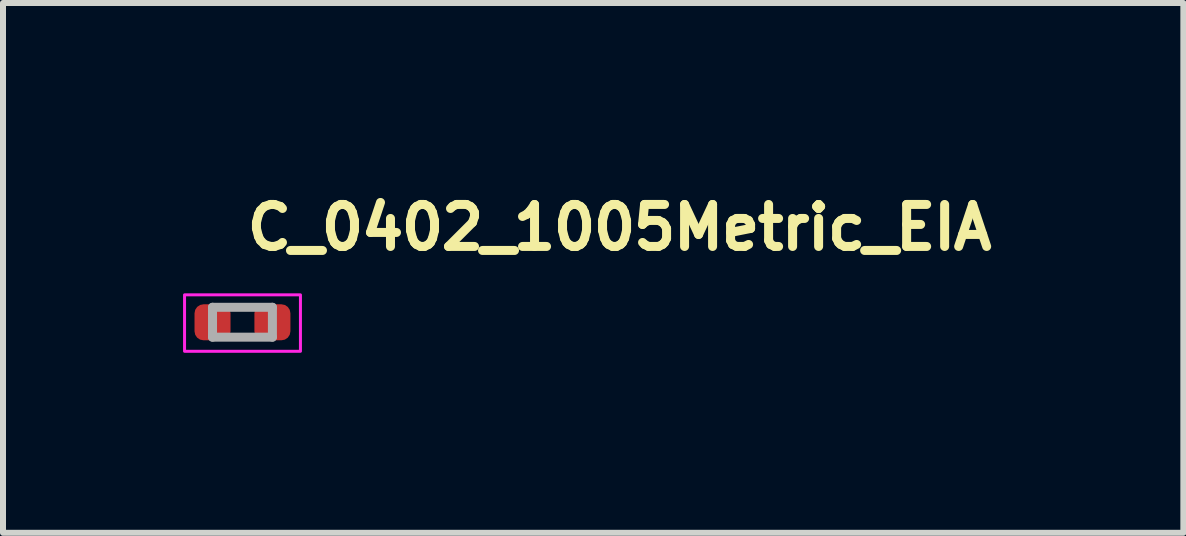
<source format=kicad_pcb>
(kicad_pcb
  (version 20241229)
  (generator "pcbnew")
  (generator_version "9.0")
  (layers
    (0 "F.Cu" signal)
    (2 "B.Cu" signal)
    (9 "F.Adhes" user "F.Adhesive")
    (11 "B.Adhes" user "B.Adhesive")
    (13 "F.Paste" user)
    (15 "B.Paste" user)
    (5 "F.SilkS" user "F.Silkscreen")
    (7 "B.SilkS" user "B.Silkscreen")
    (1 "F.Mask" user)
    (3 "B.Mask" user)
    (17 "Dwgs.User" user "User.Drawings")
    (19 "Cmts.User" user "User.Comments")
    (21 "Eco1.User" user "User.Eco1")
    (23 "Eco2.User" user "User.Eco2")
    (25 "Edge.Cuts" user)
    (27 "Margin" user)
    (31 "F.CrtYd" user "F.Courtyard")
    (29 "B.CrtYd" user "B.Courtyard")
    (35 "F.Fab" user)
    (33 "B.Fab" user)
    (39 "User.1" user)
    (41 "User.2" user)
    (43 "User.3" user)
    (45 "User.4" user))
  (footprint "C_0402_1005Metric_EIA"
    (layer "F.Cu")
    (at 0.991 2.32)
    (property "Reference" "C_0402_1005Metric_EIA" (at 0 -1.17 0) (layer "F.SilkS") (effects (font (size 0.7 0.7) (thickness 0.15)) (justify left bottom)))
    (attr smd)
    (fp_rect (start -0.966 -0.457) (end 0.965 0.483) (stroke (width 0.05) (type solid)) (fill no) (layer "F.CrtYd"))
    (fp_line (start -0.5 -0.25) (end 0.498 -0.25) (stroke (width 0.15) (type solid)) (layer "F.Fab"))
    (fp_line (start -0.5 0.248) (end -0.5 -0.25) (stroke (width 0.15) (type solid)) (layer "F.Fab"))
    (fp_line (start 0.498 -0.25) (end 0.498 0.248) (stroke (width 0.15) (type solid)) (layer "F.Fab"))
    (fp_line (start 0.498 0.248) (end -0.5 0.248) (stroke (width 0.15) (type solid)) (layer "F.Fab"))
    (fp_rect (start -0.5 -0.25) (end 0.498 0.248) (stroke (width 0.1) (type solid)) (fill no) (layer "User.5"))
    (fp_line (start -0.5 -0.245) (end -0.5 -0.244) (stroke (width 0.02) (type solid)) (layer "User.9"))
    (fp_line (start -0.5 -0.244) (end -0.5 -0.244) (stroke (width 0.02) (type solid)) (layer "User.9"))
    (fp_line (start -0.5 -0.244) (end -0.5 -0.243) (stroke (width 0.02) (type solid)) (layer "User.9"))
    (fp_line (start -0.5 -0.243) (end -0.5 -0.243) (stroke (width 0.02) (type solid)) (layer "User.9"))
    (fp_line (start -0.5 -0.243) (end -0.5 -0.243) (stroke (width 0.02) (type solid)) (layer "User.9"))
    (fp_line (start -0.5 -0.243) (end -0.5 -0.242) (stroke (width 0.02) (type solid)) (layer "User.9"))
    (fp_line (start -0.5 -0.242) (end -0.5 -0.242) (stroke (width 0.02) (type solid)) (layer "User.9"))
    (fp_line (start -0.5 -0.242) (end -0.5 -0.241) (stroke (width 0.02) (type solid)) (layer "User.9"))
    (fp_line (start -0.5 -0.241) (end -0.5 -0.24) (stroke (width 0.02) (type solid)) (layer "User.9"))
    (fp_line (start -0.5 -0.24) (end -0.5 -0.24) (stroke (width 0.02) (type solid)) (layer "User.9"))
    (fp_line (start -0.5 -0.24) (end -0.5 -0.24) (stroke (width 0.02) (type solid)) (layer "User.9"))
    (fp_line (start -0.5 -0.24) (end -0.5 -0.24) (stroke (width 0.02) (type solid)) (layer "User.9"))
    (fp_line (start -0.5 -0.24) (end -0.5 -0.24) (stroke (width 0.02) (type solid)) (layer "User.9"))
    (fp_line (start -0.5 -0.24) (end -0.5 -0.239) (stroke (width 0.02) (type solid)) (layer "User.9"))
    (fp_line (start -0.5 -0.239) (end -0.5 -0.239) (stroke (width 0.02) (type solid)) (layer "User.9"))
    (fp_line (start -0.5 -0.239) (end -0.5 -0.239) (stroke (width 0.02) (type solid)) (layer "User.9"))
    (fp_line (start -0.5 -0.239) (end -0.5 -0.238) (stroke (width 0.02) (type solid)) (layer "User.9"))
    (fp_line (start -0.5 -0.238) (end -0.5 -0.238) (stroke (width 0.02) (type solid)) (layer "User.9"))
    (fp_line (start -0.5 -0.238) (end -0.5 -0.237) (stroke (width 0.02) (type solid)) (layer "User.9"))
    (fp_line (start -0.5 -0.237) (end -0.499 -0.237) (stroke (width 0.02) (type solid)) (layer "User.9"))
    (fp_line (start -0.5 0.235) (end -0.5 0.236) (stroke (width 0.02) (type solid)) (layer "User.9"))
    (fp_line (start -0.5 0.236) (end -0.5 0.236) (stroke (width 0.02) (type solid)) (layer "User.9"))
    (fp_line (start -0.5 0.236) (end -0.5 0.237) (stroke (width 0.02) (type solid)) (layer "User.9"))
    (fp_line (start -0.5 0.237) (end -0.5 0.237) (stroke (width 0.02) (type solid)) (layer "User.9"))
    (fp_line (start -0.5 0.237) (end -0.5 0.237) (stroke (width 0.02) (type solid)) (layer "User.9"))
    (fp_line (start -0.5 0.237) (end -0.5 0.238) (stroke (width 0.02) (type solid)) (layer "User.9"))
    (fp_line (start -0.5 0.238) (end -0.5 0.238) (stroke (width 0.02) (type solid)) (layer "User.9"))
    (fp_line (start -0.5 0.238) (end -0.5 0.239) (stroke (width 0.02) (type solid)) (layer "User.9"))
    (fp_line (start -0.5 0.239) (end -0.5 -0.24) (stroke (width 0.02) (type solid)) (layer "User.9"))
    (fp_line (start -0.5 0.239) (end -0.5 0.239) (stroke (width 0.02) (type solid)) (layer "User.9"))
    (fp_line (start -0.5 0.239) (end -0.5 0.239) (stroke (width 0.02) (type solid)) (layer "User.9"))
    (fp_line (start -0.5 0.239) (end -0.5 0.239) (stroke (width 0.02) (type solid)) (layer "User.9"))
    (fp_line (start -0.5 0.239) (end -0.5 0.24) (stroke (width 0.02) (type solid)) (layer "User.9"))
    (fp_line (start -0.5 0.24) (end -0.5 0.24) (stroke (width 0.02) (type solid)) (layer "User.9"))
    (fp_line (start -0.5 0.24) (end -0.5 0.241) (stroke (width 0.02) (type solid)) (layer "User.9"))
    (fp_line (start -0.5 0.241) (end -0.5 0.241) (stroke (width 0.02) (type solid)) (layer "User.9"))
    (fp_line (start -0.5 0.241) (end -0.5 0.241) (stroke (width 0.02) (type solid)) (layer "User.9"))
    (fp_line (start -0.5 0.241) (end -0.5 0.242) (stroke (width 0.02) (type solid)) (layer "User.9"))
    (fp_line (start -0.5 0.242) (end -0.5 0.242) (stroke (width 0.02) (type solid)) (layer "User.9"))
    (fp_line (start -0.5 0.242) (end -0.5 0.243) (stroke (width 0.02) (type solid)) (layer "User.9"))
    (fp_line (start -0.5 0.243) (end -0.499 0.243) (stroke (width 0.02) (type solid)) (layer "User.9"))
    (fp_line (start -0.499 -0.246) (end -0.499 -0.246) (stroke (width 0.02) (type solid)) (layer "User.9"))
    (fp_line (start -0.499 -0.246) (end -0.499 -0.246) (stroke (width 0.02) (type solid)) (layer "User.9"))
    (fp_line (start -0.499 -0.246) (end -0.499 -0.245) (stroke (width 0.02) (type solid)) (layer "User.9"))
    (fp_line (start -0.499 -0.245) (end -0.5 -0.245) (stroke (width 0.02) (type solid)) (layer "User.9"))
    (fp_line (start -0.499 -0.237) (end -0.499 -0.236) (stroke (width 0.02) (type solid)) (layer "User.9"))
    (fp_line (start -0.499 -0.236) (end -0.499 -0.236) (stroke (width 0.02) (type solid)) (layer "User.9"))
    (fp_line (start -0.499 -0.236) (end -0.499 -0.236) (stroke (width 0.02) (type solid)) (layer "User.9"))
    (fp_line (start -0.499 -0.236) (end -0.498 -0.235) (stroke (width 0.02) (type solid)) (layer "User.9"))
    (fp_line (start -0.499 0.234) (end -0.499 0.234) (stroke (width 0.02) (type solid)) (layer "User.9"))
    (fp_line (start -0.499 0.234) (end -0.499 0.234) (stroke (width 0.02) (type solid)) (layer "User.9"))
    (fp_line (start -0.499 0.234) (end -0.499 0.235) (stroke (width 0.02) (type solid)) (layer "User.9"))
    (fp_line (start -0.499 0.235) (end -0.5 0.235) (stroke (width 0.02) (type solid)) (layer "User.9"))
    (fp_line (start -0.499 0.243) (end -0.499 0.244) (stroke (width 0.02) (type solid)) (layer "User.9"))
    (fp_line (start -0.499 0.244) (end -0.499 0.244) (stroke (width 0.02) (type solid)) (layer "User.9"))
    (fp_line (start -0.499 0.244) (end -0.499 0.244) (stroke (width 0.02) (type solid)) (layer "User.9"))
    (fp_line (start -0.499 0.244) (end -0.498 0.245) (stroke (width 0.02) (type solid)) (layer "User.9"))
    (fp_line (start -0.498 -0.248) (end -0.498 -0.247) (stroke (width 0.02) (type solid)) (layer "User.9"))
    (fp_line (start -0.498 -0.247) (end -0.499 -0.246) (stroke (width 0.02) (type solid)) (layer "User.9"))
    (fp_line (start -0.498 -0.247) (end -0.498 -0.247) (stroke (width 0.02) (type solid)) (layer "User.9"))
    (fp_line (start -0.498 -0.235) (end -0.498 -0.235) (stroke (width 0.02) (type solid)) (layer "User.9"))
    (fp_line (start -0.498 -0.235) (end -0.498 -0.234) (stroke (width 0.02) (type solid)) (layer "User.9"))
    (fp_line (start -0.498 -0.234) (end -0.497 -0.234) (stroke (width 0.02) (type solid)) (layer "User.9"))
    (fp_line (start -0.498 0.232) (end -0.498 0.233) (stroke (width 0.02) (type solid)) (layer "User.9"))
    (fp_line (start -0.498 0.233) (end -0.499 0.234) (stroke (width 0.02) (type solid)) (layer "User.9"))
    (fp_line (start -0.498 0.233) (end -0.498 0.233) (stroke (width 0.02) (type solid)) (layer "User.9"))
    (fp_line (start -0.498 0.245) (end -0.498 0.245) (stroke (width 0.02) (type solid)) (layer "User.9"))
    (fp_line (start -0.498 0.245) (end -0.498 0.246) (stroke (width 0.02) (type solid)) (layer "User.9"))
    (fp_line (start -0.498 0.246) (end -0.497 0.246) (stroke (width 0.02) (type solid)) (layer "User.9"))
    (fp_line (start -0.497 -0.248) (end -0.498 -0.248) (stroke (width 0.02) (type solid)) (layer "User.9"))
    (fp_line (start -0.497 -0.248) (end -0.497 -0.248) (stroke (width 0.02) (type solid)) (layer "User.9"))
    (fp_line (start -0.497 -0.234) (end -0.497 -0.234) (stroke (width 0.02) (type solid)) (layer "User.9"))
    (fp_line (start -0.497 -0.234) (end -0.496 -0.233) (stroke (width 0.02) (type solid)) (layer "User.9"))
    (fp_line (start -0.497 0.232) (end -0.498 0.232) (stroke (width 0.02) (type solid)) (layer "User.9"))
    (fp_line (start -0.497 0.232) (end -0.497 0.232) (stroke (width 0.02) (type solid)) (layer "User.9"))
    (fp_line (start -0.497 0.246) (end -0.497 0.246) (stroke (width 0.02) (type solid)) (layer "User.9"))
    (fp_line (start -0.497 0.246) (end -0.496 0.247) (stroke (width 0.02) (type solid)) (layer "User.9"))
    (fp_line (start -0.496 -0.249) (end -0.497 -0.248) (stroke (width 0.02) (type solid)) (layer "User.9"))
    (fp_line (start -0.496 -0.249) (end -0.496 -0.249) (stroke (width 0.02) (type solid)) (layer "User.9"))
    (fp_line (start -0.496 -0.249) (end -0.496 -0.249) (stroke (width 0.02) (type solid)) (layer "User.9"))
    (fp_line (start -0.496 -0.233) (end -0.496 -0.233) (stroke (width 0.02) (type solid)) (layer "User.9"))
    (fp_line (start -0.496 -0.233) (end -0.496 -0.233) (stroke (width 0.02) (type solid)) (layer "User.9"))
    (fp_line (start -0.496 -0.233) (end -0.495 -0.233) (stroke (width 0.02) (type solid)) (layer "User.9"))
    (fp_line (start -0.496 0.231) (end -0.497 0.232) (stroke (width 0.02) (type solid)) (layer "User.9"))
    (fp_line (start -0.496 0.231) (end -0.496 0.231) (stroke (width 0.02) (type solid)) (layer "User.9"))
    (fp_line (start -0.496 0.231) (end -0.496 0.231) (stroke (width 0.02) (type solid)) (layer "User.9"))
    (fp_line (start -0.496 0.247) (end -0.496 0.247) (stroke (width 0.02) (type solid)) (layer "User.9"))
    (fp_line (start -0.496 0.247) (end -0.496 0.247) (stroke (width 0.02) (type solid)) (layer "User.9"))
    (fp_line (start -0.496 0.247) (end -0.495 0.247) (stroke (width 0.02) (type solid)) (layer "User.9"))
    (fp_line (start -0.495 -0.25) (end -0.495 -0.249) (stroke (width 0.02) (type solid)) (layer "User.9"))
    (fp_line (start -0.495 -0.249) (end -0.496 -0.249) (stroke (width 0.02) (type solid)) (layer "User.9"))
    (fp_line (start -0.495 -0.233) (end -0.495 -0.232) (stroke (width 0.02) (type solid)) (layer "User.9"))
    (fp_line (start -0.495 -0.232) (end -0.494 -0.232) (stroke (width 0.02) (type solid)) (layer "User.9"))
    (fp_line (start -0.495 0.23) (end -0.495 0.231) (stroke (width 0.02) (type solid)) (layer "User.9"))
    (fp_line (start -0.495 0.231) (end -0.496 0.231) (stroke (width 0.02) (type solid)) (layer "User.9"))
    (fp_line (start -0.495 0.247) (end -0.495 0.248) (stroke (width 0.02) (type solid)) (layer "User.9"))
    (fp_line (start -0.495 0.248) (end -0.494 0.248) (stroke (width 0.02) (type solid)) (layer "User.9"))
    (fp_line (start -0.494 -0.25) (end -0.495 -0.25) (stroke (width 0.02) (type solid)) (layer "User.9"))
    (fp_line (start -0.494 -0.25) (end -0.494 -0.25) (stroke (width 0.02) (type solid)) (layer "User.9"))
    (fp_line (start -0.494 -0.232) (end -0.494 -0.232) (stroke (width 0.02) (type solid)) (layer "User.9"))
    (fp_line (start -0.494 -0.232) (end -0.493 -0.232) (stroke (width 0.02) (type solid)) (layer "User.9"))
    (fp_line (start -0.494 0.23) (end -0.495 0.23) (stroke (width 0.02) (type solid)) (layer "User.9"))
    (fp_line (start -0.494 0.23) (end -0.494 0.23) (stroke (width 0.02) (type solid)) (layer "User.9"))
    (fp_line (start -0.494 0.248) (end -0.494 0.248) (stroke (width 0.02) (type solid)) (layer "User.9"))
    (fp_line (start -0.494 0.248) (end -0.493 0.248) (stroke (width 0.02) (type solid)) (layer "User.9"))
    (fp_line (start -0.493 -0.25) (end -0.494 -0.25) (stroke (width 0.02) (type solid)) (layer "User.9"))
    (fp_line (start -0.493 -0.25) (end -0.493 -0.25) (stroke (width 0.02) (type solid)) (layer "User.9"))
    (fp_line (start -0.493 -0.25) (end -0.493 -0.25) (stroke (width 0.02) (type solid)) (layer "User.9"))
    (fp_line (start -0.493 -0.232) (end -0.493 -0.232) (stroke (width 0.02) (type solid)) (layer "User.9"))
    (fp_line (start -0.493 -0.232) (end -0.493 -0.232) (stroke (width 0.02) (type solid)) (layer "User.9"))
    (fp_line (start -0.493 -0.232) (end -0.492 -0.232) (stroke (width 0.02) (type solid)) (layer "User.9"))
    (fp_line (start -0.493 0.23) (end -0.494 0.23) (stroke (width 0.02) (type solid)) (layer "User.9"))
    (fp_line (start -0.493 0.23) (end -0.493 0.23) (stroke (width 0.02) (type solid)) (layer "User.9"))
    (fp_line (start -0.493 0.23) (end -0.493 0.23) (stroke (width 0.02) (type solid)) (layer "User.9"))
    (fp_line (start -0.493 0.248) (end -0.493 0.248) (stroke (width 0.02) (type solid)) (layer "User.9"))
    (fp_line (start -0.493 0.248) (end -0.493 0.248) (stroke (width 0.02) (type solid)) (layer "User.9"))
    (fp_line (start -0.493 0.248) (end -0.492 0.248) (stroke (width 0.02) (type solid)) (layer "User.9"))
    (fp_line (start -0.492 -0.25) (end -0.493 -0.25) (stroke (width 0.02) (type solid)) (layer "User.9"))
    (fp_line (start -0.492 -0.25) (end -0.492 -0.25) (stroke (width 0.02) (type solid)) (layer "User.9"))
    (fp_line (start -0.492 -0.232) (end -0.492 -0.232) (stroke (width 0.02) (type solid)) (layer "User.9"))
    (fp_line (start -0.492 -0.232) (end -0.491 -0.232) (stroke (width 0.02) (type solid)) (layer "User.9"))
    (fp_line (start -0.492 0.23) (end -0.493 0.23) (stroke (width 0.02) (type solid)) (layer "User.9"))
    (fp_line (start -0.492 0.23) (end -0.492 0.23) (stroke (width 0.02) (type solid)) (layer "User.9"))
    (fp_line (start -0.492 0.248) (end -0.492 0.248) (stroke (width 0.02) (type solid)) (layer "User.9"))
    (fp_line (start -0.492 0.248) (end -0.491 0.248) (stroke (width 0.02) (type solid)) (layer "User.9"))
    (fp_line (start -0.491 -0.25) (end -0.492 -0.25) (stroke (width 0.02) (type solid)) (layer "User.9"))
    (fp_line (start -0.491 -0.232) (end -0.49 -0.232) (stroke (width 0.02) (type solid)) (layer "User.9"))
    (fp_line (start -0.491 0.23) (end -0.492 0.23) (stroke (width 0.02) (type solid)) (layer "User.9"))
    (fp_line (start -0.491 0.248) (end -0.49 0.248) (stroke (width 0.02) (type solid)) (layer "User.9"))
    (fp_line (start -0.49 -0.25) (end -0.491 -0.25) (stroke (width 0.02) (type solid)) (layer "User.9"))
    (fp_line (start -0.49 -0.25) (end -0.49 -0.25) (stroke (width 0.02) (type solid)) (layer "User.9"))
    (fp_line (start -0.49 -0.25) (end -0.49 -0.25) (stroke (width 0.02) (type solid)) (layer "User.9"))
    (fp_line (start -0.49 -0.25) (end -0.3 -0.25) (stroke (width 0.02) (type solid)) (layer "User.9"))
    (fp_line (start -0.49 -0.232) (end -0.49 -0.232) (stroke (width 0.02) (type solid)) (layer "User.9"))
    (fp_line (start -0.49 -0.232) (end -0.49 -0.232) (stroke (width 0.02) (type solid)) (layer "User.9"))
    (fp_line (start -0.49 -0.232) (end -0.489 -0.232) (stroke (width 0.02) (type solid)) (layer "User.9"))
    (fp_line (start -0.49 0.23) (end -0.491 0.23) (stroke (width 0.02) (type solid)) (layer "User.9"))
    (fp_line (start -0.49 0.23) (end -0.49 0.23) (stroke (width 0.02) (type solid)) (layer "User.9"))
    (fp_line (start -0.49 0.23) (end -0.49 0.23) (stroke (width 0.02) (type solid)) (layer "User.9"))
    (fp_line (start -0.49 0.248) (end -0.49 0.248) (stroke (width 0.02) (type solid)) (layer "User.9"))
    (fp_line (start -0.49 0.248) (end -0.49 0.248) (stroke (width 0.02) (type solid)) (layer "User.9"))
    (fp_line (start -0.49 0.248) (end -0.489 0.248) (stroke (width 0.02) (type solid)) (layer "User.9"))
    (fp_line (start -0.489 -0.25) (end -0.49 -0.25) (stroke (width 0.02) (type solid)) (layer "User.9"))
    (fp_line (start -0.489 -0.25) (end -0.489 -0.25) (stroke (width 0.02) (type solid)) (layer "User.9"))
    (fp_line (start -0.489 -0.232) (end -0.489 -0.232) (stroke (width 0.02) (type solid)) (layer "User.9"))
    (fp_line (start -0.489 -0.232) (end -0.488 -0.232) (stroke (width 0.02) (type solid)) (layer "User.9"))
    (fp_line (start -0.489 0.23) (end -0.49 0.23) (stroke (width 0.02) (type solid)) (layer "User.9"))
    (fp_line (start -0.489 0.23) (end -0.489 0.23) (stroke (width 0.02) (type solid)) (layer "User.9"))
    (fp_line (start -0.489 0.248) (end -0.489 0.248) (stroke (width 0.02) (type solid)) (layer "User.9"))
    (fp_line (start -0.489 0.248) (end -0.488 0.248) (stroke (width 0.02) (type solid)) (layer "User.9"))
    (fp_line (start -0.488 -0.25) (end -0.489 -0.25) (stroke (width 0.02) (type solid)) (layer "User.9"))
    (fp_line (start -0.488 -0.25) (end -0.488 -0.25) (stroke (width 0.02) (type solid)) (layer "User.9"))
    (fp_line (start -0.488 -0.25) (end -0.488 -0.25) (stroke (width 0.02) (type solid)) (layer "User.9"))
    (fp_line (start -0.488 -0.232) (end -0.488 -0.232) (stroke (width 0.02) (type solid)) (layer "User.9"))
    (fp_line (start -0.488 -0.232) (end -0.488 -0.232) (stroke (width 0.02) (type solid)) (layer "User.9"))
    (fp_line (start -0.488 -0.232) (end -0.487 -0.232) (stroke (width 0.02) (type solid)) (layer "User.9"))
    (fp_line (start -0.488 0.23) (end -0.489 0.23) (stroke (width 0.02) (type solid)) (layer "User.9"))
    (fp_line (start -0.488 0.23) (end -0.488 0.23) (stroke (width 0.02) (type solid)) (layer "User.9"))
    (fp_line (start -0.488 0.23) (end -0.488 0.23) (stroke (width 0.02) (type solid)) (layer "User.9"))
    (fp_line (start -0.488 0.248) (end -0.488 0.248) (stroke (width 0.02) (type solid)) (layer "User.9"))
    (fp_line (start -0.488 0.248) (end -0.488 0.248) (stroke (width 0.02) (type solid)) (layer "User.9"))
    (fp_line (start -0.488 0.248) (end -0.487 0.248) (stroke (width 0.02) (type solid)) (layer "User.9"))
    (fp_line (start -0.487 -0.25) (end -0.488 -0.25) (stroke (width 0.02) (type solid)) (layer "User.9"))
    (fp_line (start -0.487 -0.25) (end -0.487 -0.25) (stroke (width 0.02) (type solid)) (layer "User.9"))
    (fp_line (start -0.487 -0.232) (end -0.487 -0.232) (stroke (width 0.02) (type solid)) (layer "User.9"))
    (fp_line (start -0.487 -0.232) (end -0.486 -0.232) (stroke (width 0.02) (type solid)) (layer "User.9"))
    (fp_line (start -0.487 0.23) (end -0.488 0.23) (stroke (width 0.02) (type solid)) (layer "User.9"))
    (fp_line (start -0.487 0.23) (end -0.487 0.23) (stroke (width 0.02) (type solid)) (layer "User.9"))
    (fp_line (start -0.487 0.248) (end -0.487 0.248) (stroke (width 0.02) (type solid)) (layer "User.9"))
    (fp_line (start -0.487 0.248) (end -0.486 0.248) (stroke (width 0.02) (type solid)) (layer "User.9"))
    (fp_line (start -0.486 -0.25) (end -0.487 -0.25) (stroke (width 0.02) (type solid)) (layer "User.9"))
    (fp_line (start -0.486 -0.249) (end -0.486 -0.25) (stroke (width 0.02) (type solid)) (layer "User.9"))
    (fp_line (start -0.486 -0.233) (end -0.485 -0.233) (stroke (width 0.02) (type solid)) (layer "User.9"))
    (fp_line (start -0.486 -0.232) (end -0.486 -0.233) (stroke (width 0.02) (type solid)) (layer "User.9"))
    (fp_line (start -0.486 0.23) (end -0.487 0.23) (stroke (width 0.02) (type solid)) (layer "User.9"))
    (fp_line (start -0.486 0.231) (end -0.486 0.23) (stroke (width 0.02) (type solid)) (layer "User.9"))
    (fp_line (start -0.486 0.247) (end -0.485 0.247) (stroke (width 0.02) (type solid)) (layer "User.9"))
    (fp_line (start -0.486 0.248) (end -0.486 0.247) (stroke (width 0.02) (type solid)) (layer "User.9"))
    (fp_line (start -0.485 -0.249) (end -0.486 -0.249) (stroke (width 0.02) (type solid)) (layer "User.9"))
    (fp_line (start -0.485 -0.249) (end -0.485 -0.249) (stroke (width 0.02) (type solid)) (layer "User.9"))
    (fp_line (start -0.485 -0.249) (end -0.485 -0.249) (stroke (width 0.02) (type solid)) (layer "User.9"))
    (fp_line (start -0.485 -0.233) (end -0.485 -0.233) (stroke (width 0.02) (type solid)) (layer "User.9"))
    (fp_line (start -0.485 -0.233) (end -0.485 -0.233) (stroke (width 0.02) (type solid)) (layer "User.9"))
    (fp_line (start -0.485 -0.233) (end -0.484 -0.234) (stroke (width 0.02) (type solid)) (layer "User.9"))
    (fp_line (start -0.485 0.231) (end -0.486 0.231) (stroke (width 0.02) (type solid)) (layer "User.9"))
    (fp_line (start -0.485 0.231) (end -0.485 0.231) (stroke (width 0.02) (type solid)) (layer "User.9"))
    (fp_line (start -0.485 0.231) (end -0.485 0.231) (stroke (width 0.02) (type solid)) (layer "User.9"))
    (fp_line (start -0.485 0.247) (end -0.485 0.247) (stroke (width 0.02) (type solid)) (layer "User.9"))
    (fp_line (start -0.485 0.247) (end -0.485 0.247) (stroke (width 0.02) (type solid)) (layer "User.9"))
    (fp_line (start -0.485 0.247) (end -0.484 0.246) (stroke (width 0.02) (type solid)) (layer "User.9"))
    (fp_line (start -0.484 -0.248) (end -0.485 -0.249) (stroke (width 0.02) (type solid)) (layer "User.9"))
    (fp_line (start -0.484 -0.248) (end -0.484 -0.248) (stroke (width 0.02) (type solid)) (layer "User.9"))
    (fp_line (start -0.484 -0.234) (end -0.484 -0.234) (stroke (width 0.02) (type solid)) (layer "User.9"))
    (fp_line (start -0.484 -0.234) (end -0.483 -0.234) (stroke (width 0.02) (type solid)) (layer "User.9"))
    (fp_line (start -0.484 0.232) (end -0.485 0.231) (stroke (width 0.02) (type solid)) (layer "User.9"))
    (fp_line (start -0.484 0.232) (end -0.484 0.232) (stroke (width 0.02) (type solid)) (layer "User.9"))
    (fp_line (start -0.484 0.246) (end -0.484 0.246) (stroke (width 0.02) (type solid)) (layer "User.9"))
    (fp_line (start -0.484 0.246) (end -0.483 0.246) (stroke (width 0.02) (type solid)) (layer "User.9"))
    (fp_line (start -0.483 -0.248) (end -0.484 -0.248) (stroke (width 0.02) (type solid)) (layer "User.9"))
    (fp_line (start -0.483 -0.247) (end -0.483 -0.248) (stroke (width 0.02) (type solid)) (layer "User.9"))
    (fp_line (start -0.483 -0.247) (end -0.483 -0.247) (stroke (width 0.02) (type solid)) (layer "User.9"))
    (fp_line (start -0.483 -0.235) (end -0.483 -0.235) (stroke (width 0.02) (type solid)) (layer "User.9"))
    (fp_line (start -0.483 -0.235) (end -0.482 -0.236) (stroke (width 0.02) (type solid)) (layer "User.9"))
    (fp_line (start -0.483 -0.234) (end -0.483 -0.235) (stroke (width 0.02) (type solid)) (layer "User.9"))
    (fp_line (start -0.483 0.232) (end -0.484 0.232) (stroke (width 0.02) (type solid)) (layer "User.9"))
    (fp_line (start -0.483 0.233) (end -0.483 0.232) (stroke (width 0.02) (type solid)) (layer "User.9"))
    (fp_line (start -0.483 0.233) (end -0.483 0.233) (stroke (width 0.02) (type solid)) (layer "User.9"))
    (fp_line (start -0.483 0.245) (end -0.483 0.245) (stroke (width 0.02) (type solid)) (layer "User.9"))
    (fp_line (start -0.483 0.245) (end -0.482 0.244) (stroke (width 0.02) (type solid)) (layer "User.9"))
    (fp_line (start -0.483 0.246) (end -0.483 0.245) (stroke (width 0.02) (type solid)) (layer "User.9"))
    (fp_line (start -0.482 -0.246) (end -0.483 -0.247) (stroke (width 0.02) (type solid)) (layer "User.9"))
    (fp_line (start -0.482 -0.246) (end -0.482 -0.246) (stroke (width 0.02) (type solid)) (layer "User.9"))
    (fp_line (start -0.482 -0.246) (end -0.482 -0.246) (stroke (width 0.02) (type solid)) (layer "User.9"))
    (fp_line (start -0.482 -0.245) (end -0.482 -0.246) (stroke (width 0.02) (type solid)) (layer "User.9"))
    (fp_line (start -0.482 -0.237) (end -0.481 -0.237) (stroke (width 0.02) (type solid)) (layer "User.9"))
    (fp_line (start -0.482 -0.236) (end -0.482 -0.237) (stroke (width 0.02) (type solid)) (layer "User.9"))
    (fp_line (start -0.482 -0.236) (end -0.482 -0.236) (stroke (width 0.02) (type solid)) (layer "User.9"))
    (fp_line (start -0.482 -0.236) (end -0.482 -0.236) (stroke (width 0.02) (type solid)) (layer "User.9"))
    (fp_line (start -0.482 0.234) (end -0.483 0.233) (stroke (width 0.02) (type solid)) (layer "User.9"))
    (fp_line (start -0.482 0.234) (end -0.482 0.234) (stroke (width 0.02) (type solid)) (layer "User.9"))
    (fp_line (start -0.482 0.234) (end -0.482 0.234) (stroke (width 0.02) (type solid)) (layer "User.9"))
    (fp_line (start -0.482 0.235) (end -0.482 0.234) (stroke (width 0.02) (type solid)) (layer "User.9"))
    (fp_line (start -0.482 0.243) (end -0.481 0.243) (stroke (width 0.02) (type solid)) (layer "User.9"))
    (fp_line (start -0.482 0.244) (end -0.482 0.243) (stroke (width 0.02) (type solid)) (layer "User.9"))
    (fp_line (start -0.482 0.244) (end -0.482 0.244) (stroke (width 0.02) (type solid)) (layer "User.9"))
    (fp_line (start -0.482 0.244) (end -0.482 0.244) (stroke (width 0.02) (type solid)) (layer "User.9"))
    (fp_line (start -0.481 -0.245) (end -0.482 -0.245) (stroke (width 0.02) (type solid)) (layer "User.9"))
    (fp_line (start -0.481 -0.244) (end -0.481 -0.245) (stroke (width 0.02) (type solid)) (layer "User.9"))
    (fp_line (start -0.481 -0.244) (end -0.481 -0.244) (stroke (width 0.02) (type solid)) (layer "User.9"))
    (fp_line (start -0.481 -0.243) (end -0.481 -0.244) (stroke (width 0.02) (type solid)) (layer "User.9"))
    (fp_line (start -0.481 -0.243) (end -0.481 -0.243) (stroke (width 0.02) (type solid)) (layer "User.9"))
    (fp_line (start -0.481 -0.243) (end -0.481 -0.243) (stroke (width 0.02) (type solid)) (layer "User.9"))
    (fp_line (start -0.481 -0.242) (end -0.481 -0.243) (stroke (width 0.02) (type solid)) (layer "User.9"))
    (fp_line (start -0.481 -0.242) (end -0.481 -0.242) (stroke (width 0.02) (type solid)) (layer "User.9"))
    (fp_line (start -0.481 -0.241) (end -0.481 -0.242) (stroke (width 0.02) (type solid)) (layer "User.9"))
    (fp_line (start -0.481 -0.24) (end -0.481 -0.24) (stroke (width 0.02) (type solid)) (layer "User.9"))
    (fp_line (start -0.481 -0.24) (end -0.481 -0.24) (stroke (width 0.02) (type solid)) (layer "User.9"))
    (fp_line (start -0.481 -0.24) (end -0.48 -0.24) (stroke (width 0.02) (type solid)) (layer "User.9"))
    (fp_line (start -0.481 -0.239) (end -0.481 -0.24) (stroke (width 0.02) (type solid)) (layer "User.9"))
    (fp_line (start -0.481 -0.239) (end -0.481 -0.239) (stroke (width 0.02) (type solid)) (layer "User.9"))
    (fp_line (start -0.481 -0.239) (end -0.481 -0.239) (stroke (width 0.02) (type solid)) (layer "User.9"))
    (fp_line (start -0.481 -0.238) (end -0.481 -0.239) (stroke (width 0.02) (type solid)) (layer "User.9"))
    (fp_line (start -0.481 -0.238) (end -0.481 -0.238) (stroke (width 0.02) (type solid)) (layer "User.9"))
    (fp_line (start -0.481 -0.237) (end -0.481 -0.238) (stroke (width 0.02) (type solid)) (layer "User.9"))
    (fp_line (start -0.481 0.235) (end -0.482 0.235) (stroke (width 0.02) (type solid)) (layer "User.9"))
    (fp_line (start -0.481 0.236) (end -0.481 0.235) (stroke (width 0.02) (type solid)) (layer "User.9"))
    (fp_line (start -0.481 0.236) (end -0.481 0.236) (stroke (width 0.02) (type solid)) (layer "User.9"))
    (fp_line (start -0.481 0.237) (end -0.481 0.236) (stroke (width 0.02) (type solid)) (layer "User.9"))
    (fp_line (start -0.481 0.237) (end -0.481 0.237) (stroke (width 0.02) (type solid)) (layer "User.9"))
    (fp_line (start -0.481 0.237) (end -0.481 0.237) (stroke (width 0.02) (type solid)) (layer "User.9"))
    (fp_line (start -0.481 0.238) (end -0.481 0.237) (stroke (width 0.02) (type solid)) (layer "User.9"))
    (fp_line (start -0.481 0.238) (end -0.481 0.238) (stroke (width 0.02) (type solid)) (layer "User.9"))
    (fp_line (start -0.481 0.239) (end -0.481 0.238) (stroke (width 0.02) (type solid)) (layer "User.9"))
    (fp_line (start -0.481 0.239) (end -0.48 0.239) (stroke (width 0.02) (type solid)) (layer "User.9"))
    (fp_line (start -0.481 0.24) (end -0.481 0.239) (stroke (width 0.02) (type solid)) (layer "User.9"))
    (fp_line (start -0.481 0.24) (end -0.481 0.24) (stroke (width 0.02) (type solid)) (layer "User.9"))
    (fp_line (start -0.481 0.241) (end -0.481 0.24) (stroke (width 0.02) (type solid)) (layer "User.9"))
    (fp_line (start -0.481 0.241) (end -0.481 0.241) (stroke (width 0.02) (type solid)) (layer "User.9"))
    (fp_line (start -0.481 0.241) (end -0.481 0.241) (stroke (width 0.02) (type solid)) (layer "User.9"))
    (fp_line (start -0.481 0.242) (end -0.481 0.241) (stroke (width 0.02) (type solid)) (layer "User.9"))
    (fp_line (start -0.481 0.242) (end -0.481 0.242) (stroke (width 0.02) (type solid)) (layer "User.9"))
    (fp_line (start -0.481 0.243) (end -0.481 0.242) (stroke (width 0.02) (type solid)) (layer "User.9"))
    (fp_line (start -0.48 -0.24) (end -0.481 -0.241) (stroke (width 0.02) (type solid)) (layer "User.9"))
    (fp_line (start -0.48 -0.24) (end -0.48 -0.24) (stroke (width 0.02) (type solid)) (layer "User.9"))
    (fp_line (start -0.48 -0.24) (end -0.48 -0.24) (stroke (width 0.02) (type solid)) (layer "User.9"))
    (fp_line (start -0.48 0.239) (end -0.481 0.239) (stroke (width 0.02) (type solid)) (layer "User.9"))
    (fp_line (start -0.48 0.239) (end -0.48 0.239) (stroke (width 0.02) (type solid)) (layer "User.9"))
    (fp_line (start -0.48 0.239) (end -0.48 0.239) (stroke (width 0.02) (type solid)) (layer "User.9"))
    (fp_line (start -0.3 -0.25) (end -0.3 -0.24) (stroke (width 0.02) (type solid)) (layer "User.9"))
    (fp_line (start -0.3 -0.24) (end -0.3 0.239) (stroke (width 0.02) (type solid)) (layer "User.9"))
    (fp_line (start -0.3 -0.24) (end 0.298 -0.24) (stroke (width 0.02) (type solid)) (layer "User.9"))
    (fp_line (start -0.3 0.239) (end -0.3 0.248) (stroke (width 0.02) (type solid)) (layer "User.9"))
    (fp_line (start -0.3 0.239) (end 0.298 0.239) (stroke (width 0.02) (type solid)) (layer "User.9"))
    (fp_line (start -0.3 0.248) (end -0.49 0.248) (stroke (width 0.02) (type solid)) (layer "User.9"))
    (fp_line (start 0.298 -0.25) (end 0.298 -0.24) (stroke (width 0.02) (type solid)) (layer "User.9"))
    (fp_line (start 0.298 -0.24) (end 0.298 0.239) (stroke (width 0.02) (type solid)) (layer "User.9"))
    (fp_line (start 0.298 0.239) (end 0.298 0.248) (stroke (width 0.02) (type solid)) (layer "User.9"))
    (fp_line (start 0.298 0.248) (end 0.488 0.248) (stroke (width 0.02) (type solid)) (layer "User.9"))
    (fp_line (start 0.479 -0.245) (end 0.479 -0.244) (stroke (width 0.02) (type solid)) (layer "User.9"))
    (fp_line (start 0.479 -0.244) (end 0.479 -0.244) (stroke (width 0.02) (type solid)) (layer "User.9"))
    (fp_line (start 0.479 -0.244) (end 0.479 -0.243) (stroke (width 0.02) (type solid)) (layer "User.9"))
    (fp_line (start 0.479 -0.243) (end 0.479 -0.243) (stroke (width 0.02) (type solid)) (layer "User.9"))
    (fp_line (start 0.479 -0.243) (end 0.479 -0.243) (stroke (width 0.02) (type solid)) (layer "User.9"))
    (fp_line (start 0.479 -0.243) (end 0.479 -0.242) (stroke (width 0.02) (type solid)) (layer "User.9"))
    (fp_line (start 0.479 -0.242) (end 0.479 -0.242) (stroke (width 0.02) (type solid)) (layer "User.9"))
    (fp_line (start 0.479 -0.242) (end 0.479 -0.241) (stroke (width 0.02) (type solid)) (layer "User.9"))
    (fp_line (start 0.479 -0.241) (end 0.479 -0.24) (stroke (width 0.02) (type solid)) (layer "User.9"))
    (fp_line (start 0.479 -0.24) (end 0.479 -0.24) (stroke (width 0.02) (type solid)) (layer "User.9"))
    (fp_line (start 0.479 -0.24) (end 0.479 -0.24) (stroke (width 0.02) (type solid)) (layer "User.9"))
    (fp_line (start 0.479 -0.24) (end 0.479 -0.24) (stroke (width 0.02) (type solid)) (layer "User.9"))
    (fp_line (start 0.479 -0.24) (end 0.479 -0.24) (stroke (width 0.02) (type solid)) (layer "User.9"))
    (fp_line (start 0.479 -0.24) (end 0.479 -0.239) (stroke (width 0.02) (type solid)) (layer "User.9"))
    (fp_line (start 0.479 -0.239) (end 0.479 -0.239) (stroke (width 0.02) (type solid)) (layer "User.9"))
    (fp_line (start 0.479 -0.239) (end 0.479 -0.239) (stroke (width 0.02) (type solid)) (layer "User.9"))
    (fp_line (start 0.479 -0.239) (end 0.479 -0.238) (stroke (width 0.02) (type solid)) (layer "User.9"))
    (fp_line (start 0.479 -0.238) (end 0.479 -0.238) (stroke (width 0.02) (type solid)) (layer "User.9"))
    (fp_line (start 0.479 -0.238) (end 0.479 -0.237) (stroke (width 0.02) (type solid)) (layer "User.9"))
    (fp_line (start 0.479 -0.237) (end 0.48 -0.237) (stroke (width 0.02) (type solid)) (layer "User.9"))
    (fp_line (start 0.479 0.235) (end 0.479 0.236) (stroke (width 0.02) (type solid)) (layer "User.9"))
    (fp_line (start 0.479 0.236) (end 0.479 0.236) (stroke (width 0.02) (type solid)) (layer "User.9"))
    (fp_line (start 0.479 0.236) (end 0.479 0.237) (stroke (width 0.02) (type solid)) (layer "User.9"))
    (fp_line (start 0.479 0.237) (end 0.479 0.237) (stroke (width 0.02) (type solid)) (layer "User.9"))
    (fp_line (start 0.479 0.237) (end 0.479 0.237) (stroke (width 0.02) (type solid)) (layer "User.9"))
    (fp_line (start 0.479 0.237) (end 0.479 0.238) (stroke (width 0.02) (type solid)) (layer "User.9"))
    (fp_line (start 0.479 0.238) (end 0.479 0.238) (stroke (width 0.02) (type solid)) (layer "User.9"))
    (fp_line (start 0.479 0.238) (end 0.479 0.239) (stroke (width 0.02) (type solid)) (layer "User.9"))
    (fp_line (start 0.479 0.239) (end 0.479 0.239) (stroke (width 0.02) (type solid)) (layer "User.9"))
    (fp_line (start 0.479 0.239) (end 0.479 0.239) (stroke (width 0.02) (type solid)) (layer "User.9"))
    (fp_line (start 0.479 0.239) (end 0.479 0.239) (stroke (width 0.02) (type solid)) (layer "User.9"))
    (fp_line (start 0.479 0.239) (end 0.479 0.24) (stroke (width 0.02) (type solid)) (layer "User.9"))
    (fp_line (start 0.479 0.24) (end 0.479 0.24) (stroke (width 0.02) (type solid)) (layer "User.9"))
    (fp_line (start 0.479 0.24) (end 0.479 0.241) (stroke (width 0.02) (type solid)) (layer "User.9"))
    (fp_line (start 0.479 0.241) (end 0.479 0.241) (stroke (width 0.02) (type solid)) (layer "User.9"))
    (fp_line (start 0.479 0.241) (end 0.479 0.241) (stroke (width 0.02) (type solid)) (layer "User.9"))
    (fp_line (start 0.479 0.241) (end 0.479 0.242) (stroke (width 0.02) (type solid)) (layer "User.9"))
    (fp_line (start 0.479 0.242) (end 0.479 0.242) (stroke (width 0.02) (type solid)) (layer "User.9"))
    (fp_line (start 0.479 0.242) (end 0.479 0.243) (stroke (width 0.02) (type solid)) (layer "User.9"))
    (fp_line (start 0.479 0.243) (end 0.48 0.243) (stroke (width 0.02) (type solid)) (layer "User.9"))
    (fp_line (start 0.48 -0.246) (end 0.48 -0.246) (stroke (width 0.02) (type solid)) (layer "User.9"))
    (fp_line (start 0.48 -0.246) (end 0.48 -0.246) (stroke (width 0.02) (type solid)) (layer "User.9"))
    (fp_line (start 0.48 -0.246) (end 0.48 -0.245) (stroke (width 0.02) (type solid)) (layer "User.9"))
    (fp_line (start 0.48 -0.245) (end 0.479 -0.245) (stroke (width 0.02) (type solid)) (layer "User.9"))
    (fp_line (start 0.48 -0.237) (end 0.48 -0.236) (stroke (width 0.02) (type solid)) (layer "User.9"))
    (fp_line (start 0.48 -0.236) (end 0.48 -0.236) (stroke (width 0.02) (type solid)) (layer "User.9"))
    (fp_line (start 0.48 -0.236) (end 0.48 -0.236) (stroke (width 0.02) (type solid)) (layer "User.9"))
    (fp_line (start 0.48 -0.236) (end 0.481 -0.235) (stroke (width 0.02) (type solid)) (layer "User.9"))
    (fp_line (start 0.48 0.234) (end 0.48 0.234) (stroke (width 0.02) (type solid)) (layer "User.9"))
    (fp_line (start 0.48 0.234) (end 0.48 0.234) (stroke (width 0.02) (type solid)) (layer "User.9"))
    (fp_line (start 0.48 0.234) (end 0.48 0.235) (stroke (width 0.02) (type solid)) (layer "User.9"))
    (fp_line (start 0.48 0.235) (end 0.479 0.235) (stroke (width 0.02) (type solid)) (layer "User.9"))
    (fp_line (start 0.48 0.243) (end 0.48 0.244) (stroke (width 0.02) (type solid)) (layer "User.9"))
    (fp_line (start 0.48 0.244) (end 0.48 0.244) (stroke (width 0.02) (type solid)) (layer "User.9"))
    (fp_line (start 0.48 0.244) (end 0.48 0.244) (stroke (width 0.02) (type solid)) (layer "User.9"))
    (fp_line (start 0.48 0.244) (end 0.481 0.245) (stroke (width 0.02) (type solid)) (layer "User.9"))
    (fp_line (start 0.481 -0.248) (end 0.481 -0.247) (stroke (width 0.02) (type solid)) (layer "User.9"))
    (fp_line (start 0.481 -0.247) (end 0.48 -0.246) (stroke (width 0.02) (type solid)) (layer "User.9"))
    (fp_line (start 0.481 -0.247) (end 0.481 -0.247) (stroke (width 0.02) (type solid)) (layer "User.9"))
    (fp_line (start 0.481 -0.235) (end 0.481 -0.235) (stroke (width 0.02) (type solid)) (layer "User.9"))
    (fp_line (start 0.481 -0.235) (end 0.481 -0.234) (stroke (width 0.02) (type solid)) (layer "User.9"))
    (fp_line (start 0.481 -0.234) (end 0.482 -0.234) (stroke (width 0.02) (type solid)) (layer "User.9"))
    (fp_line (start 0.481 0.232) (end 0.481 0.233) (stroke (width 0.02) (type solid)) (layer "User.9"))
    (fp_line (start 0.481 0.233) (end 0.48 0.234) (stroke (width 0.02) (type solid)) (layer "User.9"))
    (fp_line (start 0.481 0.233) (end 0.481 0.233) (stroke (width 0.02) (type solid)) (layer "User.9"))
    (fp_line (start 0.481 0.245) (end 0.481 0.245) (stroke (width 0.02) (type solid)) (layer "User.9"))
    (fp_line (start 0.481 0.245) (end 0.481 0.246) (stroke (width 0.02) (type solid)) (layer "User.9"))
    (fp_line (start 0.481 0.246) (end 0.482 0.246) (stroke (width 0.02) (type solid)) (layer "User.9"))
    (fp_line (start 0.482 -0.248) (end 0.481 -0.248) (stroke (width 0.02) (type solid)) (layer "User.9"))
    (fp_line (start 0.482 -0.248) (end 0.482 -0.248) (stroke (width 0.02) (type solid)) (layer "User.9"))
    (fp_line (start 0.482 -0.234) (end 0.482 -0.234) (stroke (width 0.02) (type solid)) (layer "User.9"))
    (fp_line (start 0.482 -0.234) (end 0.483 -0.233) (stroke (width 0.02) (type solid)) (layer "User.9"))
    (fp_line (start 0.482 0.232) (end 0.481 0.232) (stroke (width 0.02) (type solid)) (layer "User.9"))
    (fp_line (start 0.482 0.232) (end 0.482 0.232) (stroke (width 0.02) (type solid)) (layer "User.9"))
    (fp_line (start 0.482 0.246) (end 0.482 0.246) (stroke (width 0.02) (type solid)) (layer "User.9"))
    (fp_line (start 0.482 0.246) (end 0.483 0.247) (stroke (width 0.02) (type solid)) (layer "User.9"))
    (fp_line (start 0.483 -0.249) (end 0.482 -0.248) (stroke (width 0.02) (type solid)) (layer "User.9"))
    (fp_line (start 0.483 -0.249) (end 0.483 -0.249) (stroke (width 0.02) (type solid)) (layer "User.9"))
    (fp_line (start 0.483 -0.249) (end 0.483 -0.249) (stroke (width 0.02) (type solid)) (layer "User.9"))
    (fp_line (start 0.483 -0.233) (end 0.483 -0.233) (stroke (width 0.02) (type solid)) (layer "User.9"))
    (fp_line (start 0.483 -0.233) (end 0.483 -0.233) (stroke (width 0.02) (type solid)) (layer "User.9"))
    (fp_line (start 0.483 -0.233) (end 0.484 -0.233) (stroke (width 0.02) (type solid)) (layer "User.9"))
    (fp_line (start 0.483 0.231) (end 0.482 0.232) (stroke (width 0.02) (type solid)) (layer "User.9"))
    (fp_line (start 0.483 0.231) (end 0.483 0.231) (stroke (width 0.02) (type solid)) (layer "User.9"))
    (fp_line (start 0.483 0.231) (end 0.483 0.231) (stroke (width 0.02) (type solid)) (layer "User.9"))
    (fp_line (start 0.483 0.247) (end 0.483 0.247) (stroke (width 0.02) (type solid)) (layer "User.9"))
    (fp_line (start 0.483 0.247) (end 0.483 0.247) (stroke (width 0.02) (type solid)) (layer "User.9"))
    (fp_line (start 0.483 0.247) (end 0.484 0.247) (stroke (width 0.02) (type solid)) (layer "User.9"))
    (fp_line (start 0.484 -0.25) (end 0.484 -0.249) (stroke (width 0.02) (type solid)) (layer "User.9"))
    (fp_line (start 0.484 -0.249) (end 0.483 -0.249) (stroke (width 0.02) (type solid)) (layer "User.9"))
    (fp_line (start 0.484 -0.233) (end 0.484 -0.232) (stroke (width 0.02) (type solid)) (layer "User.9"))
    (fp_line (start 0.484 -0.232) (end 0.485 -0.232) (stroke (width 0.02) (type solid)) (layer "User.9"))
    (fp_line (start 0.484 0.23) (end 0.484 0.231) (stroke (width 0.02) (type solid)) (layer "User.9"))
    (fp_line (start 0.484 0.231) (end 0.483 0.231) (stroke (width 0.02) (type solid)) (layer "User.9"))
    (fp_line (start 0.484 0.247) (end 0.484 0.248) (stroke (width 0.02) (type solid)) (layer "User.9"))
    (fp_line (start 0.484 0.248) (end 0.485 0.248) (stroke (width 0.02) (type solid)) (layer "User.9"))
    (fp_line (start 0.485 -0.25) (end 0.484 -0.25) (stroke (width 0.02) (type solid)) (layer "User.9"))
    (fp_line (start 0.485 -0.25) (end 0.485 -0.25) (stroke (width 0.02) (type solid)) (layer "User.9"))
    (fp_line (start 0.485 -0.232) (end 0.485 -0.232) (stroke (width 0.02) (type solid)) (layer "User.9"))
    (fp_line (start 0.485 -0.232) (end 0.486 -0.232) (stroke (width 0.02) (type solid)) (layer "User.9"))
    (fp_line (start 0.485 0.23) (end 0.484 0.23) (stroke (width 0.02) (type solid)) (layer "User.9"))
    (fp_line (start 0.485 0.23) (end 0.485 0.23) (stroke (width 0.02) (type solid)) (layer "User.9"))
    (fp_line (start 0.485 0.248) (end 0.485 0.248) (stroke (width 0.02) (type solid)) (layer "User.9"))
    (fp_line (start 0.485 0.248) (end 0.486 0.248) (stroke (width 0.02) (type solid)) (layer "User.9"))
    (fp_line (start 0.486 -0.25) (end 0.485 -0.25) (stroke (width 0.02) (type solid)) (layer "User.9"))
    (fp_line (start 0.486 -0.25) (end 0.486 -0.25) (stroke (width 0.02) (type solid)) (layer "User.9"))
    (fp_line (start 0.486 -0.25) (end 0.486 -0.25) (stroke (width 0.02) (type solid)) (layer "User.9"))
    (fp_line (start 0.486 -0.232) (end 0.486 -0.232) (stroke (width 0.02) (type solid)) (layer "User.9"))
    (fp_line (start 0.486 -0.232) (end 0.486 -0.232) (stroke (width 0.02) (type solid)) (layer "User.9"))
    (fp_line (start 0.486 -0.232) (end 0.487 -0.232) (stroke (width 0.02) (type solid)) (layer "User.9"))
    (fp_line (start 0.486 0.23) (end 0.485 0.23) (stroke (width 0.02) (type solid)) (layer "User.9"))
    (fp_line (start 0.486 0.23) (end 0.486 0.23) (stroke (width 0.02) (type solid)) (layer "User.9"))
    (fp_line (start 0.486 0.23) (end 0.486 0.23) (stroke (width 0.02) (type solid)) (layer "User.9"))
    (fp_line (start 0.486 0.248) (end 0.486 0.248) (stroke (width 0.02) (type solid)) (layer "User.9"))
    (fp_line (start 0.486 0.248) (end 0.486 0.248) (stroke (width 0.02) (type solid)) (layer "User.9"))
    (fp_line (start 0.486 0.248) (end 0.487 0.248) (stroke (width 0.02) (type solid)) (layer "User.9"))
    (fp_line (start 0.487 -0.25) (end 0.486 -0.25) (stroke (width 0.02) (type solid)) (layer "User.9"))
    (fp_line (start 0.487 -0.25) (end 0.487 -0.25) (stroke (width 0.02) (type solid)) (layer "User.9"))
    (fp_line (start 0.487 -0.232) (end 0.487 -0.232) (stroke (width 0.02) (type solid)) (layer "User.9"))
    (fp_line (start 0.487 -0.232) (end 0.488 -0.232) (stroke (width 0.02) (type solid)) (layer "User.9"))
    (fp_line (start 0.487 0.23) (end 0.486 0.23) (stroke (width 0.02) (type solid)) (layer "User.9"))
    (fp_line (start 0.487 0.23) (end 0.487 0.23) (stroke (width 0.02) (type solid)) (layer "User.9"))
    (fp_line (start 0.487 0.248) (end 0.487 0.248) (stroke (width 0.02) (type solid)) (layer "User.9"))
    (fp_line (start 0.487 0.248) (end 0.488 0.248) (stroke (width 0.02) (type solid)) (layer "User.9"))
    (fp_line (start 0.488 -0.25) (end 0.298 -0.25) (stroke (width 0.02) (type solid)) (layer "User.9"))
    (fp_line (start 0.488 -0.25) (end 0.487 -0.25) (stroke (width 0.02) (type solid)) (layer "User.9"))
    (fp_line (start 0.488 -0.25) (end 0.488 -0.25) (stroke (width 0.02) (type solid)) (layer "User.9"))
    (fp_line (start 0.488 -0.25) (end 0.488 -0.25) (stroke (width 0.02) (type solid)) (layer "User.9"))
    (fp_line (start 0.488 -0.232) (end 0.488 -0.232) (stroke (width 0.02) (type solid)) (layer "User.9"))
    (fp_line (start 0.488 -0.232) (end 0.488 -0.232) (stroke (width 0.02) (type solid)) (layer "User.9"))
    (fp_line (start 0.488 -0.232) (end 0.489 -0.232) (stroke (width 0.02) (type solid)) (layer "User.9"))
    (fp_line (start 0.488 0.23) (end 0.487 0.23) (stroke (width 0.02) (type solid)) (layer "User.9"))
    (fp_line (start 0.488 0.23) (end 0.488 0.23) (stroke (width 0.02) (type solid)) (layer "User.9"))
    (fp_line (start 0.488 0.23) (end 0.488 0.23) (stroke (width 0.02) (type solid)) (layer "User.9"))
    (fp_line (start 0.488 0.248) (end 0.488 0.248) (stroke (width 0.02) (type solid)) (layer "User.9"))
    (fp_line (start 0.488 0.248) (end 0.488 0.248) (stroke (width 0.02) (type solid)) (layer "User.9"))
    (fp_line (start 0.488 0.248) (end 0.489 0.248) (stroke (width 0.02) (type solid)) (layer "User.9"))
    (fp_line (start 0.489 -0.25) (end 0.488 -0.25) (stroke (width 0.02) (type solid)) (layer "User.9"))
    (fp_line (start 0.489 -0.232) (end 0.49 -0.232) (stroke (width 0.02) (type solid)) (layer "User.9"))
    (fp_line (start 0.489 0.23) (end 0.488 0.23) (stroke (width 0.02) (type solid)) (layer "User.9"))
    (fp_line (start 0.489 0.248) (end 0.49 0.248) (stroke (width 0.02) (type solid)) (layer "User.9"))
    (fp_line (start 0.49 -0.25) (end 0.489 -0.25) (stroke (width 0.02) (type solid)) (layer "User.9"))
    (fp_line (start 0.49 -0.25) (end 0.49 -0.25) (stroke (width 0.02) (type solid)) (layer "User.9"))
    (fp_line (start 0.49 -0.232) (end 0.49 -0.232) (stroke (width 0.02) (type solid)) (layer "User.9"))
    (fp_line (start 0.49 -0.232) (end 0.491 -0.232) (stroke (width 0.02) (type solid)) (layer "User.9"))
    (fp_line (start 0.49 0.23) (end 0.489 0.23) (stroke (width 0.02) (type solid)) (layer "User.9"))
    (fp_line (start 0.49 0.23) (end 0.49 0.23) (stroke (width 0.02) (type solid)) (layer "User.9"))
    (fp_line (start 0.49 0.248) (end 0.49 0.248) (stroke (width 0.02) (type solid)) (layer "User.9"))
    (fp_line (start 0.49 0.248) (end 0.491 0.248) (stroke (width 0.02) (type solid)) (layer "User.9"))
    (fp_line (start 0.491 -0.25) (end 0.49 -0.25) (stroke (width 0.02) (type solid)) (layer "User.9"))
    (fp_line (start 0.491 -0.25) (end 0.491 -0.25) (stroke (width 0.02) (type solid)) (layer "User.9"))
    (fp_line (start 0.491 -0.25) (end 0.491 -0.25) (stroke (width 0.02) (type solid)) (layer "User.9"))
    (fp_line (start 0.491 -0.232) (end 0.491 -0.232) (stroke (width 0.02) (type solid)) (layer "User.9"))
    (fp_line (start 0.491 -0.232) (end 0.491 -0.232) (stroke (width 0.02) (type solid)) (layer "User.9"))
    (fp_line (start 0.491 -0.232) (end 0.492 -0.232) (stroke (width 0.02) (type solid)) (layer "User.9"))
    (fp_line (start 0.491 0.23) (end 0.49 0.23) (stroke (width 0.02) (type solid)) (layer "User.9"))
    (fp_line (start 0.491 0.23) (end 0.491 0.23) (stroke (width 0.02) (type solid)) (layer "User.9"))
    (fp_line (start 0.491 0.23) (end 0.491 0.23) (stroke (width 0.02) (type solid)) (layer "User.9"))
    (fp_line (start 0.491 0.248) (end 0.491 0.248) (stroke (width 0.02) (type solid)) (layer "User.9"))
    (fp_line (start 0.491 0.248) (end 0.491 0.248) (stroke (width 0.02) (type solid)) (layer "User.9"))
    (fp_line (start 0.491 0.248) (end 0.492 0.248) (stroke (width 0.02) (type solid)) (layer "User.9"))
    (fp_line (start 0.492 -0.25) (end 0.491 -0.25) (stroke (width 0.02) (type solid)) (layer "User.9"))
    (fp_line (start 0.492 -0.25) (end 0.492 -0.25) (stroke (width 0.02) (type solid)) (layer "User.9"))
    (fp_line (start 0.492 -0.232) (end 0.492 -0.232) (stroke (width 0.02) (type solid)) (layer "User.9"))
    (fp_line (start 0.492 -0.232) (end 0.493 -0.232) (stroke (width 0.02) (type solid)) (layer "User.9"))
    (fp_line (start 0.492 0.23) (end 0.491 0.23) (stroke (width 0.02) (type solid)) (layer "User.9"))
    (fp_line (start 0.492 0.23) (end 0.492 0.23) (stroke (width 0.02) (type solid)) (layer "User.9"))
    (fp_line (start 0.492 0.248) (end 0.492 0.248) (stroke (width 0.02) (type solid)) (layer "User.9"))
    (fp_line (start 0.492 0.248) (end 0.493 0.248) (stroke (width 0.02) (type solid)) (layer "User.9"))
    (fp_line (start 0.493 -0.25) (end 0.492 -0.25) (stroke (width 0.02) (type solid)) (layer "User.9"))
    (fp_line (start 0.493 -0.249) (end 0.493 -0.25) (stroke (width 0.02) (type solid)) (layer "User.9"))
    (fp_line (start 0.493 -0.233) (end 0.494 -0.233) (stroke (width 0.02) (type solid)) (layer "User.9"))
    (fp_line (start 0.493 -0.232) (end 0.493 -0.233) (stroke (width 0.02) (type solid)) (layer "User.9"))
    (fp_line (start 0.493 0.23) (end 0.492 0.23) (stroke (width 0.02) (type solid)) (layer "User.9"))
    (fp_line (start 0.493 0.231) (end 0.493 0.23) (stroke (width 0.02) (type solid)) (layer "User.9"))
    (fp_line (start 0.493 0.247) (end 0.494 0.247) (stroke (width 0.02) (type solid)) (layer "User.9"))
    (fp_line (start 0.493 0.248) (end 0.493 0.247) (stroke (width 0.02) (type solid)) (layer "User.9"))
    (fp_line (start 0.494 -0.249) (end 0.493 -0.249) (stroke (width 0.02) (type solid)) (layer "User.9"))
    (fp_line (start 0.494 -0.249) (end 0.494 -0.249) (stroke (width 0.02) (type solid)) (layer "User.9"))
    (fp_line (start 0.494 -0.249) (end 0.494 -0.249) (stroke (width 0.02) (type solid)) (layer "User.9"))
    (fp_line (start 0.494 -0.233) (end 0.494 -0.233) (stroke (width 0.02) (type solid)) (layer "User.9"))
    (fp_line (start 0.494 -0.233) (end 0.494 -0.233) (stroke (width 0.02) (type solid)) (layer "User.9"))
    (fp_line (start 0.494 -0.233) (end 0.495 -0.234) (stroke (width 0.02) (type solid)) (layer "User.9"))
    (fp_line (start 0.494 0.231) (end 0.493 0.231) (stroke (width 0.02) (type solid)) (layer "User.9"))
    (fp_line (start 0.494 0.231) (end 0.494 0.231) (stroke (width 0.02) (type solid)) (layer "User.9"))
    (fp_line (start 0.494 0.231) (end 0.494 0.231) (stroke (width 0.02) (type solid)) (layer "User.9"))
    (fp_line (start 0.494 0.247) (end 0.494 0.247) (stroke (width 0.02) (type solid)) (layer "User.9"))
    (fp_line (start 0.494 0.247) (end 0.494 0.247) (stroke (width 0.02) (type solid)) (layer "User.9"))
    (fp_line (start 0.494 0.247) (end 0.495 0.246) (stroke (width 0.02) (type solid)) (layer "User.9"))
    (fp_line (start 0.495 -0.248) (end 0.494 -0.249) (stroke (width 0.02) (type solid)) (layer "User.9"))
    (fp_line (start 0.495 -0.248) (end 0.495 -0.248) (stroke (width 0.02) (type solid)) (layer "User.9"))
    (fp_line (start 0.495 -0.234) (end 0.495 -0.234) (stroke (width 0.02) (type solid)) (layer "User.9"))
    (fp_line (start 0.495 -0.234) (end 0.496 -0.234) (stroke (width 0.02) (type solid)) (layer "User.9"))
    (fp_line (start 0.495 0.232) (end 0.494 0.231) (stroke (width 0.02) (type solid)) (layer "User.9"))
    (fp_line (start 0.495 0.232) (end 0.495 0.232) (stroke (width 0.02) (type solid)) (layer "User.9"))
    (fp_line (start 0.495 0.246) (end 0.495 0.246) (stroke (width 0.02) (type solid)) (layer "User.9"))
    (fp_line (start 0.495 0.246) (end 0.496 0.246) (stroke (width 0.02) (type solid)) (layer "User.9"))
    (fp_line (start 0.496 -0.248) (end 0.495 -0.248) (stroke (width 0.02) (type solid)) (layer "User.9"))
    (fp_line (start 0.496 -0.247) (end 0.496 -0.248) (stroke (width 0.02) (type solid)) (layer "User.9"))
    (fp_line (start 0.496 -0.247) (end 0.496 -0.247) (stroke (width 0.02) (type solid)) (layer "User.9"))
    (fp_line (start 0.496 -0.235) (end 0.496 -0.235) (stroke (width 0.02) (type solid)) (layer "User.9"))
    (fp_line (start 0.496 -0.235) (end 0.497 -0.236) (stroke (width 0.02) (type solid)) (layer "User.9"))
    (fp_line (start 0.496 -0.234) (end 0.496 -0.235) (stroke (width 0.02) (type solid)) (layer "User.9"))
    (fp_line (start 0.496 0.232) (end 0.495 0.232) (stroke (width 0.02) (type solid)) (layer "User.9"))
    (fp_line (start 0.496 0.233) (end 0.496 0.232) (stroke (width 0.02) (type solid)) (layer "User.9"))
    (fp_line (start 0.496 0.233) (end 0.496 0.233) (stroke (width 0.02) (type solid)) (layer "User.9"))
    (fp_line (start 0.496 0.245) (end 0.496 0.245) (stroke (width 0.02) (type solid)) (layer "User.9"))
    (fp_line (start 0.496 0.245) (end 0.497 0.244) (stroke (width 0.02) (type solid)) (layer "User.9"))
    (fp_line (start 0.496 0.246) (end 0.496 0.245) (stroke (width 0.02) (type solid)) (layer "User.9"))
    (fp_line (start 0.497 -0.246) (end 0.496 -0.247) (stroke (width 0.02) (type solid)) (layer "User.9"))
    (fp_line (start 0.497 -0.246) (end 0.497 -0.246) (stroke (width 0.02) (type solid)) (layer "User.9"))
    (fp_line (start 0.497 -0.246) (end 0.497 -0.246) (stroke (width 0.02) (type solid)) (layer "User.9"))
    (fp_line (start 0.497 -0.245) (end 0.497 -0.246) (stroke (width 0.02) (type solid)) (layer "User.9"))
    (fp_line (start 0.497 -0.237) (end 0.498 -0.237) (stroke (width 0.02) (type solid)) (layer "User.9"))
    (fp_line (start 0.497 -0.236) (end 0.497 -0.237) (stroke (width 0.02) (type solid)) (layer "User.9"))
    (fp_line (start 0.497 -0.236) (end 0.497 -0.236) (stroke (width 0.02) (type solid)) (layer "User.9"))
    (fp_line (start 0.497 -0.236) (end 0.497 -0.236) (stroke (width 0.02) (type solid)) (layer "User.9"))
    (fp_line (start 0.497 0.234) (end 0.496 0.233) (stroke (width 0.02) (type solid)) (layer "User.9"))
    (fp_line (start 0.497 0.234) (end 0.497 0.234) (stroke (width 0.02) (type solid)) (layer "User.9"))
    (fp_line (start 0.497 0.234) (end 0.497 0.234) (stroke (width 0.02) (type solid)) (layer "User.9"))
    (fp_line (start 0.497 0.235) (end 0.497 0.234) (stroke (width 0.02) (type solid)) (layer "User.9"))
    (fp_line (start 0.497 0.243) (end 0.498 0.243) (stroke (width 0.02) (type solid)) (layer "User.9"))
    (fp_line (start 0.497 0.244) (end 0.497 0.243) (stroke (width 0.02) (type solid)) (layer "User.9"))
    (fp_line (start 0.497 0.244) (end 0.497 0.244) (stroke (width 0.02) (type solid)) (layer "User.9"))
    (fp_line (start 0.497 0.244) (end 0.497 0.244) (stroke (width 0.02) (type solid)) (layer "User.9"))
    (fp_line (start 0.498 -0.245) (end 0.497 -0.245) (stroke (width 0.02) (type solid)) (layer "User.9"))
    (fp_line (start 0.498 -0.244) (end 0.498 -0.245) (stroke (width 0.02) (type solid)) (layer "User.9"))
    (fp_line (start 0.498 -0.244) (end 0.498 -0.244) (stroke (width 0.02) (type solid)) (layer "User.9"))
    (fp_line (start 0.498 -0.243) (end 0.498 -0.244) (stroke (width 0.02) (type solid)) (layer "User.9"))
    (fp_line (start 0.498 -0.243) (end 0.498 -0.243) (stroke (width 0.02) (type solid)) (layer "User.9"))
    (fp_line (start 0.498 -0.243) (end 0.498 -0.243) (stroke (width 0.02) (type solid)) (layer "User.9"))
    (fp_line (start 0.498 -0.242) (end 0.498 -0.243) (stroke (width 0.02) (type solid)) (layer "User.9"))
    (fp_line (start 0.498 -0.242) (end 0.498 -0.242) (stroke (width 0.02) (type solid)) (layer "User.9"))
    (fp_line (start 0.498 -0.241) (end 0.498 -0.242) (stroke (width 0.02) (type solid)) (layer "User.9"))
    (fp_line (start 0.498 -0.24) (end 0.498 -0.241) (stroke (width 0.02) (type solid)) (layer "User.9"))
    (fp_line (start 0.498 -0.24) (end 0.498 -0.24) (stroke (width 0.02) (type solid)) (layer "User.9"))
    (fp_line (start 0.498 -0.24) (end 0.498 -0.24) (stroke (width 0.02) (type solid)) (layer "User.9"))
    (fp_line (start 0.498 -0.24) (end 0.498 -0.24) (stroke (width 0.02) (type solid)) (layer "User.9"))
    (fp_line (start 0.498 -0.24) (end 0.498 -0.24) (stroke (width 0.02) (type solid)) (layer "User.9"))
    (fp_line (start 0.498 -0.24) (end 0.498 -0.24) (stroke (width 0.02) (type solid)) (layer "User.9"))
    (fp_line (start 0.498 -0.239) (end 0.498 -0.24) (stroke (width 0.02) (type solid)) (layer "User.9"))
    (fp_line (start 0.498 -0.239) (end 0.498 -0.239) (stroke (width 0.02) (type solid)) (layer "User.9"))
    (fp_line (start 0.498 -0.239) (end 0.498 -0.239) (stroke (width 0.02) (type solid)) (layer "User.9"))
    (fp_line (start 0.498 -0.238) (end 0.498 -0.239) (stroke (width 0.02) (type solid)) (layer "User.9"))
    (fp_line (start 0.498 -0.238) (end 0.498 -0.238) (stroke (width 0.02) (type solid)) (layer "User.9"))
    (fp_line (start 0.498 -0.237) (end 0.498 -0.238) (stroke (width 0.02) (type solid)) (layer "User.9"))
    (fp_line (start 0.498 0.235) (end 0.497 0.235) (stroke (width 0.02) (type solid)) (layer "User.9"))
    (fp_line (start 0.498 0.236) (end 0.498 0.235) (stroke (width 0.02) (type solid)) (layer "User.9"))
    (fp_line (start 0.498 0.236) (end 0.498 0.236) (stroke (width 0.02) (type solid)) (layer "User.9"))
    (fp_line (start 0.498 0.237) (end 0.498 0.236) (stroke (width 0.02) (type solid)) (layer "User.9"))
    (fp_line (start 0.498 0.237) (end 0.498 0.237) (stroke (width 0.02) (type solid)) (layer "User.9"))
    (fp_line (start 0.498 0.237) (end 0.498 0.237) (stroke (width 0.02) (type solid)) (layer "User.9"))
    (fp_line (start 0.498 0.238) (end 0.498 0.237) (stroke (width 0.02) (type solid)) (layer "User.9"))
    (fp_line (start 0.498 0.238) (end 0.498 0.238) (stroke (width 0.02) (type solid)) (layer "User.9"))
    (fp_line (start 0.498 0.239) (end 0.498 -0.24) (stroke (width 0.02) (type solid)) (layer "User.9"))
    (fp_line (start 0.498 0.239) (end 0.498 0.238) (stroke (width 0.02) (type solid)) (layer "User.9"))
    (fp_line (start 0.498 0.239) (end 0.498 0.239) (stroke (width 0.02) (type solid)) (layer "User.9"))
    (fp_line (start 0.498 0.239) (end 0.498 0.239) (stroke (width 0.02) (type solid)) (layer "User.9"))
    (fp_line (start 0.498 0.239) (end 0.498 0.239) (stroke (width 0.02) (type solid)) (layer "User.9"))
    (fp_line (start 0.498 0.239) (end 0.498 0.239) (stroke (width 0.02) (type solid)) (layer "User.9"))
    (fp_line (start 0.498 0.24) (end 0.498 0.239) (stroke (width 0.02) (type solid)) (layer "User.9"))
    (fp_line (start 0.498 0.24) (end 0.498 0.24) (stroke (width 0.02) (type solid)) (layer "User.9"))
    (fp_line (start 0.498 0.241) (end 0.498 0.24) (stroke (width 0.02) (type solid)) (layer "User.9"))
    (fp_line (start 0.498 0.241) (end 0.498 0.241) (stroke (width 0.02) (type solid)) (layer "User.9"))
    (fp_line (start 0.498 0.241) (end 0.498 0.241) (stroke (width 0.02) (type solid)) (layer "User.9"))
    (fp_line (start 0.498 0.242) (end 0.498 0.241) (stroke (width 0.02) (type solid)) (layer "User.9"))
    (fp_line (start 0.498 0.242) (end 0.498 0.242) (stroke (width 0.02) (type solid)) (layer "User.9"))
    (fp_line (start 0.498 0.243) (end 0.498 0.242) (stroke (width 0.02) (type solid)) (layer "User.9"))
    (pad "1" smd roundrect (at -0.5 0 90) (size 0.6 0.6) (layers "F.Cu" "F.Mask" "F.Paste") (roundrect_rratio 0.25))
    (pad "2" smd roundrect (at 0.498 0) (size 0.6 0.6) (layers "F.Cu" "F.Mask" "F.Paste") (roundrect_rratio 0.25)))
  (gr_rect
    (start -3 -3)
    (end 16.667 5.828)
    (stroke (width 0.1) (type default))
    (fill no)
    (layer "Edge.Cuts")))
</source>
